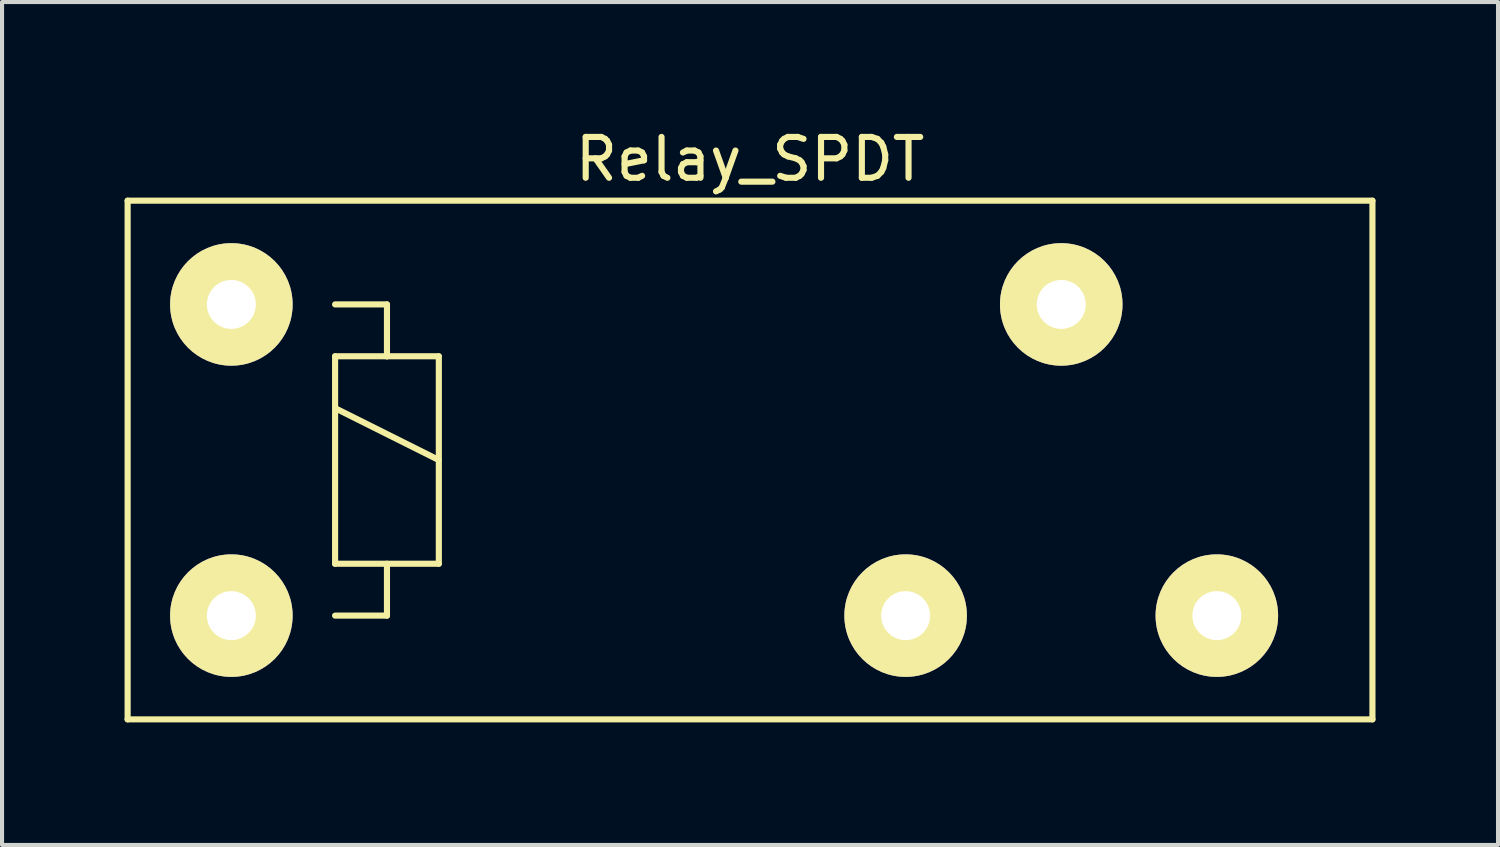
<source format=kicad_pcb>
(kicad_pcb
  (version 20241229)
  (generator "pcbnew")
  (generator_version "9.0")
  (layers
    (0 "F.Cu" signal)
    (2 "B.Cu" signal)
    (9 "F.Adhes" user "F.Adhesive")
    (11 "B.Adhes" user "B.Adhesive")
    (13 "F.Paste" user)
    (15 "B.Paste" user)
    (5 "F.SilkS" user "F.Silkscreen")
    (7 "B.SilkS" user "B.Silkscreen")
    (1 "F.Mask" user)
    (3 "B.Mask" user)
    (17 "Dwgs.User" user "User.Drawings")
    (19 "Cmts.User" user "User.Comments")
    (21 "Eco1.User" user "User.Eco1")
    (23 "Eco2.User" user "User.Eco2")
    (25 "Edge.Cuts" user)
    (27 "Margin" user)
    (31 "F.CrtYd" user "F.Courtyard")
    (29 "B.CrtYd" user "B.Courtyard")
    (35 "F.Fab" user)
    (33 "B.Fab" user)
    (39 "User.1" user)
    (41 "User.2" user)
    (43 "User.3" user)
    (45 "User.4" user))
  (footprint "Relay_SPDT"
    (layer "F.Cu")
    (at 2.615 12.024)
    (property "Reference" "Relay_SPDT" (at 12.7 -11.176 0) (layer "F.SilkS") (effects (font (size 1 1) (thickness 0.15))))
    (attr through_hole)
    (fp_line (start -2.54 -10.16) (end 27.94 -10.16) (stroke (width 0.15) (type solid)) (layer "F.SilkS"))
    (fp_line (start -2.54 2.54) (end -2.54 -10.16) (stroke (width 0.15) (type solid)) (layer "F.SilkS"))
    (fp_line (start 2.54 -7.62) (end 3.81 -7.62) (stroke (width 0.15) (type solid)) (layer "F.SilkS"))
    (fp_line (start 2.54 -6.35) (end 3.81 -6.35) (stroke (width 0.15) (type solid)) (layer "F.SilkS"))
    (fp_line (start 2.54 -5.08) (end 5.08 -3.81) (stroke (width 0.15) (type solid)) (layer "F.SilkS"))
    (fp_line (start 2.54 -1.27) (end 2.54 -6.35) (stroke (width 0.15) (type solid)) (layer "F.SilkS"))
    (fp_line (start 3.81 -7.62) (end 3.81 -6.35) (stroke (width 0.15) (type solid)) (layer "F.SilkS"))
    (fp_line (start 3.81 -6.35) (end 5.08 -6.35) (stroke (width 0.15) (type solid)) (layer "F.SilkS"))
    (fp_line (start 3.81 -1.27) (end 3.81 0) (stroke (width 0.15) (type solid)) (layer "F.SilkS"))
    (fp_line (start 3.81 0) (end 2.54 0) (stroke (width 0.15) (type solid)) (layer "F.SilkS"))
    (fp_line (start 5.08 -6.35) (end 5.08 -1.27) (stroke (width 0.15) (type solid)) (layer "F.SilkS"))
    (fp_line (start 5.08 -1.27) (end 2.54 -1.27) (stroke (width 0.15) (type solid)) (layer "F.SilkS"))
    (fp_line (start 27.94 -10.16) (end 27.94 2.54) (stroke (width 0.15) (type solid)) (layer "F.SilkS"))
    (fp_line (start 27.94 2.54) (end -2.54 2.54) (stroke (width 0.15) (type solid)) (layer "F.SilkS"))
    (pad "3" thru_hole circle (at 16.51 0) (size 3 3) (drill 1.199) (layers "*.Cu" "*.Mask" "F.SilkS"))
    (pad "4" thru_hole circle (at 20.32 -7.62) (size 3 3) (drill 1.199) (layers "*.Cu" "*.Mask" "F.SilkS"))
    (pad "5" thru_hole circle (at 24.13 0) (size 3 3) (drill 1.199) (layers "*.Cu" "*.Mask" "F.SilkS"))
    (pad "A1" thru_hole circle (at 0 -7.62) (size 3 3) (drill 1.199) (layers "*.Cu" "*.Mask" "F.SilkS"))
    (pad "A2" thru_hole circle (at 0 0) (size 3 3) (drill 1.199) (layers "*.Cu" "*.Mask" "F.SilkS")))
  (gr_rect
    (start -3 -3)
    (end 33.63 17.639)
    (stroke (width 0.1) (type default))
    (fill no)
    (layer "Edge.Cuts")))
</source>
